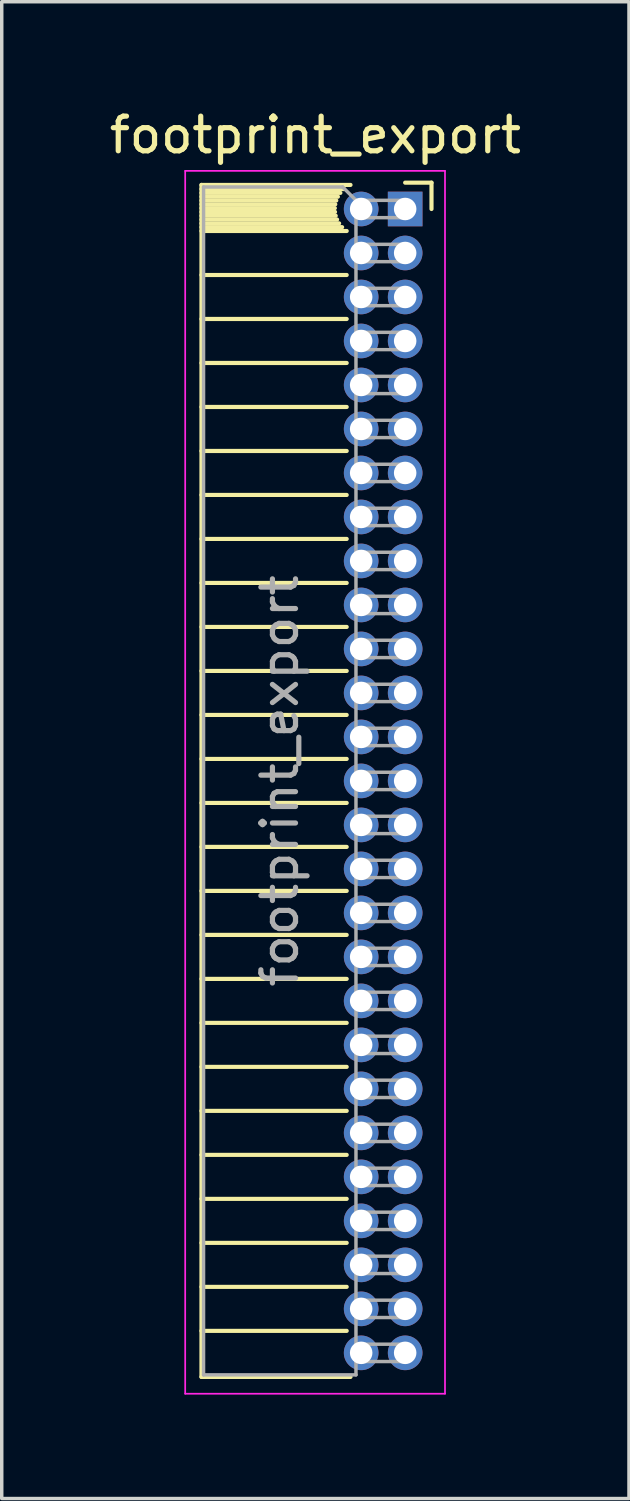
<source format=kicad_pcb>
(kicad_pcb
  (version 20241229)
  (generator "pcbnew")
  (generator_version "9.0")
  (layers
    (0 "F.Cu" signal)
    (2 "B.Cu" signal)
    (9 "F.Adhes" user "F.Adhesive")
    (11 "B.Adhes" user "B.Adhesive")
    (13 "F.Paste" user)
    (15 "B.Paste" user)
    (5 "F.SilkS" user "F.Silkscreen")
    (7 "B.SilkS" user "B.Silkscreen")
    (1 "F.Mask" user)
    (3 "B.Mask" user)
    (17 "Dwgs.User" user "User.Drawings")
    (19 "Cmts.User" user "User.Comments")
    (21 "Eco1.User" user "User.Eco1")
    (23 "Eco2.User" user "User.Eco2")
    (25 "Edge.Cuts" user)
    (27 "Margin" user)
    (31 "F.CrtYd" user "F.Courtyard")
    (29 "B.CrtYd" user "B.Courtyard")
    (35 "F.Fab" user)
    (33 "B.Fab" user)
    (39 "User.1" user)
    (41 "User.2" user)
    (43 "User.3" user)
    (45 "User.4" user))
  (footprint "footprint_export"
    (layer "F.Cu")
    (at 8.646 2.983)
    (property "Reference" "footprint_export" (at -2.592 -2.135 0) (layer "F.SilkS") (effects (font (size 1 1) (thickness 0.15))))
    (attr through_hole)
    (fp_line (start -5.88 -0.695) (end -5.88 33.715) (stroke (width 0.12) (type solid)) (layer "F.SilkS"))
    (fp_line (start -5.88 -0.695) (end -1.578 -0.695) (stroke (width 0.12) (type solid)) (layer "F.SilkS"))
    (fp_line (start -5.88 -0.575) (end -1.767 -0.575) (stroke (width 0.12) (type solid)) (layer "F.SilkS"))
    (fp_line (start -5.88 -0.465) (end -1.871 -0.465) (stroke (width 0.12) (type solid)) (layer "F.SilkS"))
    (fp_line (start -5.88 -0.355) (end -1.942 -0.355) (stroke (width 0.12) (type solid)) (layer "F.SilkS"))
    (fp_line (start -5.88 -0.245) (end -1.989 -0.245) (stroke (width 0.12) (type solid)) (layer "F.SilkS"))
    (fp_line (start -5.88 -0.135) (end -2.018 -0.135) (stroke (width 0.12) (type solid)) (layer "F.SilkS"))
    (fp_line (start -5.88 -0.025) (end -2.03 -0.025) (stroke (width 0.12) (type solid)) (layer "F.SilkS"))
    (fp_line (start -5.88 0.085) (end -2.025 0.085) (stroke (width 0.12) (type solid)) (layer "F.SilkS"))
    (fp_line (start -5.88 0.195) (end -2.005 0.195) (stroke (width 0.12) (type solid)) (layer "F.SilkS"))
    (fp_line (start -5.88 0.305) (end -1.966 0.305) (stroke (width 0.12) (type solid)) (layer "F.SilkS"))
    (fp_line (start -5.88 0.415) (end -1.907 0.415) (stroke (width 0.12) (type solid)) (layer "F.SilkS"))
    (fp_line (start -5.88 0.525) (end -1.82 0.525) (stroke (width 0.12) (type solid)) (layer "F.SilkS"))
    (fp_line (start -5.88 0.635) (end -1.688 0.635) (stroke (width 0.12) (type solid)) (layer "F.SilkS"))
    (fp_line (start -5.88 1.905) (end -1.688 1.905) (stroke (width 0.12) (type solid)) (layer "F.SilkS"))
    (fp_line (start -5.88 3.175) (end -1.688 3.175) (stroke (width 0.12) (type solid)) (layer "F.SilkS"))
    (fp_line (start -5.88 4.445) (end -1.688 4.445) (stroke (width 0.12) (type solid)) (layer "F.SilkS"))
    (fp_line (start -5.88 5.715) (end -1.688 5.715) (stroke (width 0.12) (type solid)) (layer "F.SilkS"))
    (fp_line (start -5.88 6.985) (end -1.688 6.985) (stroke (width 0.12) (type solid)) (layer "F.SilkS"))
    (fp_line (start -5.88 8.255) (end -1.688 8.255) (stroke (width 0.12) (type solid)) (layer "F.SilkS"))
    (fp_line (start -5.88 9.525) (end -1.688 9.525) (stroke (width 0.12) (type solid)) (layer "F.SilkS"))
    (fp_line (start -5.88 10.795) (end -1.688 10.795) (stroke (width 0.12) (type solid)) (layer "F.SilkS"))
    (fp_line (start -5.88 12.065) (end -1.688 12.065) (stroke (width 0.12) (type solid)) (layer "F.SilkS"))
    (fp_line (start -5.88 13.335) (end -1.688 13.335) (stroke (width 0.12) (type solid)) (layer "F.SilkS"))
    (fp_line (start -5.88 14.605) (end -1.688 14.605) (stroke (width 0.12) (type solid)) (layer "F.SilkS"))
    (fp_line (start -5.88 15.875) (end -1.688 15.875) (stroke (width 0.12) (type solid)) (layer "F.SilkS"))
    (fp_line (start -5.88 17.145) (end -1.688 17.145) (stroke (width 0.12) (type solid)) (layer "F.SilkS"))
    (fp_line (start -5.88 18.415) (end -1.688 18.415) (stroke (width 0.12) (type solid)) (layer "F.SilkS"))
    (fp_line (start -5.88 19.685) (end -1.688 19.685) (stroke (width 0.12) (type solid)) (layer "F.SilkS"))
    (fp_line (start -5.88 20.955) (end -1.688 20.955) (stroke (width 0.12) (type solid)) (layer "F.SilkS"))
    (fp_line (start -5.88 22.225) (end -1.688 22.225) (stroke (width 0.12) (type solid)) (layer "F.SilkS"))
    (fp_line (start -5.88 23.495) (end -1.688 23.495) (stroke (width 0.12) (type solid)) (layer "F.SilkS"))
    (fp_line (start -5.88 24.765) (end -1.688 24.765) (stroke (width 0.12) (type solid)) (layer "F.SilkS"))
    (fp_line (start -5.88 26.035) (end -1.688 26.035) (stroke (width 0.12) (type solid)) (layer "F.SilkS"))
    (fp_line (start -5.88 27.305) (end -1.688 27.305) (stroke (width 0.12) (type solid)) (layer "F.SilkS"))
    (fp_line (start -5.88 28.575) (end -1.688 28.575) (stroke (width 0.12) (type solid)) (layer "F.SilkS"))
    (fp_line (start -5.88 29.845) (end -1.688 29.845) (stroke (width 0.12) (type solid)) (layer "F.SilkS"))
    (fp_line (start -5.88 31.115) (end -1.688 31.115) (stroke (width 0.12) (type solid)) (layer "F.SilkS"))
    (fp_line (start -5.88 32.385) (end -1.688 32.385) (stroke (width 0.12) (type solid)) (layer "F.SilkS"))
    (fp_line (start -5.88 33.715) (end -1.578 33.715) (stroke (width 0.12) (type solid)) (layer "F.SilkS"))
    (fp_line (start 0 -0.76) (end 0.76 -0.76) (stroke (width 0.12) (type solid)) (layer "F.SilkS"))
    (fp_line (start 0.76 -0.76) (end 0.76 0) (stroke (width 0.12) (type solid)) (layer "F.SilkS"))
    (fp_line (start -6.35 -1.1) (end -6.35 34.2) (stroke (width 0.05) (type solid)) (layer "F.CrtYd"))
    (fp_line (start -6.35 34.2) (end 1.15 34.2) (stroke (width 0.05) (type solid)) (layer "F.CrtYd"))
    (fp_line (start 1.15 -1.1) (end -6.35 -1.1) (stroke (width 0.05) (type solid)) (layer "F.CrtYd"))
    (fp_line (start 1.15 34.2) (end 1.15 -1.1) (stroke (width 0.05) (type solid)) (layer "F.CrtYd"))
    (fp_line (start -5.82 -0.635) (end -1.805 -0.635) (stroke (width 0.1) (type solid)) (layer "F.Fab"))
    (fp_line (start -5.82 33.655) (end -5.82 -0.635) (stroke (width 0.1) (type solid)) (layer "F.Fab"))
    (fp_line (start -1.805 -0.635) (end -1.42 -0.25) (stroke (width 0.1) (type solid)) (layer "F.Fab"))
    (fp_line (start -1.42 -0.25) (end -1.42 33.655) (stroke (width 0.1) (type solid)) (layer "F.Fab"))
    (fp_line (start -1.42 0.25) (end 0 0.25) (stroke (width 0.1) (type solid)) (layer "F.Fab"))
    (fp_line (start -1.42 1.52) (end 0 1.52) (stroke (width 0.1) (type solid)) (layer "F.Fab"))
    (fp_line (start -1.42 2.79) (end 0 2.79) (stroke (width 0.1) (type solid)) (layer "F.Fab"))
    (fp_line (start -1.42 4.06) (end 0 4.06) (stroke (width 0.1) (type solid)) (layer "F.Fab"))
    (fp_line (start -1.42 5.33) (end 0 5.33) (stroke (width 0.1) (type solid)) (layer "F.Fab"))
    (fp_line (start -1.42 6.6) (end 0 6.6) (stroke (width 0.1) (type solid)) (layer "F.Fab"))
    (fp_line (start -1.42 7.87) (end 0 7.87) (stroke (width 0.1) (type solid)) (layer "F.Fab"))
    (fp_line (start -1.42 9.14) (end 0 9.14) (stroke (width 0.1) (type solid)) (layer "F.Fab"))
    (fp_line (start -1.42 10.41) (end 0 10.41) (stroke (width 0.1) (type solid)) (layer "F.Fab"))
    (fp_line (start -1.42 11.68) (end 0 11.68) (stroke (width 0.1) (type solid)) (layer "F.Fab"))
    (fp_line (start -1.42 12.95) (end 0 12.95) (stroke (width 0.1) (type solid)) (layer "F.Fab"))
    (fp_line (start -1.42 14.22) (end 0 14.22) (stroke (width 0.1) (type solid)) (layer "F.Fab"))
    (fp_line (start -1.42 15.49) (end 0 15.49) (stroke (width 0.1) (type solid)) (layer "F.Fab"))
    (fp_line (start -1.42 16.76) (end 0 16.76) (stroke (width 0.1) (type solid)) (layer "F.Fab"))
    (fp_line (start -1.42 18.03) (end 0 18.03) (stroke (width 0.1) (type solid)) (layer "F.Fab"))
    (fp_line (start -1.42 19.3) (end 0 19.3) (stroke (width 0.1) (type solid)) (layer "F.Fab"))
    (fp_line (start -1.42 20.57) (end 0 20.57) (stroke (width 0.1) (type solid)) (layer "F.Fab"))
    (fp_line (start -1.42 21.84) (end 0 21.84) (stroke (width 0.1) (type solid)) (layer "F.Fab"))
    (fp_line (start -1.42 23.11) (end 0 23.11) (stroke (width 0.1) (type solid)) (layer "F.Fab"))
    (fp_line (start -1.42 24.38) (end 0 24.38) (stroke (width 0.1) (type solid)) (layer "F.Fab"))
    (fp_line (start -1.42 25.65) (end 0 25.65) (stroke (width 0.1) (type solid)) (layer "F.Fab"))
    (fp_line (start -1.42 26.92) (end 0 26.92) (stroke (width 0.1) (type solid)) (layer "F.Fab"))
    (fp_line (start -1.42 28.19) (end 0 28.19) (stroke (width 0.1) (type solid)) (layer "F.Fab"))
    (fp_line (start -1.42 29.46) (end 0 29.46) (stroke (width 0.1) (type solid)) (layer "F.Fab"))
    (fp_line (start -1.42 30.73) (end 0 30.73) (stroke (width 0.1) (type solid)) (layer "F.Fab"))
    (fp_line (start -1.42 32) (end 0 32) (stroke (width 0.1) (type solid)) (layer "F.Fab"))
    (fp_line (start -1.42 33.27) (end 0 33.27) (stroke (width 0.1) (type solid)) (layer "F.Fab"))
    (fp_line (start -1.42 33.655) (end -5.82 33.655) (stroke (width 0.1) (type solid)) (layer "F.Fab"))
    (fp_line (start 0 -0.25) (end -1.42 -0.25) (stroke (width 0.1) (type solid)) (layer "F.Fab"))
    (fp_line (start 0 0.25) (end 0 -0.25) (stroke (width 0.1) (type solid)) (layer "F.Fab"))
    (fp_line (start 0 1.02) (end -1.42 1.02) (stroke (width 0.1) (type solid)) (layer "F.Fab"))
    (fp_line (start 0 1.52) (end 0 1.02) (stroke (width 0.1) (type solid)) (layer "F.Fab"))
    (fp_line (start 0 2.29) (end -1.42 2.29) (stroke (width 0.1) (type solid)) (layer "F.Fab"))
    (fp_line (start 0 2.79) (end 0 2.29) (stroke (width 0.1) (type solid)) (layer "F.Fab"))
    (fp_line (start 0 3.56) (end -1.42 3.56) (stroke (width 0.1) (type solid)) (layer "F.Fab"))
    (fp_line (start 0 4.06) (end 0 3.56) (stroke (width 0.1) (type solid)) (layer "F.Fab"))
    (fp_line (start 0 4.83) (end -1.42 4.83) (stroke (width 0.1) (type solid)) (layer "F.Fab"))
    (fp_line (start 0 5.33) (end 0 4.83) (stroke (width 0.1) (type solid)) (layer "F.Fab"))
    (fp_line (start 0 6.1) (end -1.42 6.1) (stroke (width 0.1) (type solid)) (layer "F.Fab"))
    (fp_line (start 0 6.6) (end 0 6.1) (stroke (width 0.1) (type solid)) (layer "F.Fab"))
    (fp_line (start 0 7.37) (end -1.42 7.37) (stroke (width 0.1) (type solid)) (layer "F.Fab"))
    (fp_line (start 0 7.87) (end 0 7.37) (stroke (width 0.1) (type solid)) (layer "F.Fab"))
    (fp_line (start 0 8.64) (end -1.42 8.64) (stroke (width 0.1) (type solid)) (layer "F.Fab"))
    (fp_line (start 0 9.14) (end 0 8.64) (stroke (width 0.1) (type solid)) (layer "F.Fab"))
    (fp_line (start 0 9.91) (end -1.42 9.91) (stroke (width 0.1) (type solid)) (layer "F.Fab"))
    (fp_line (start 0 10.41) (end 0 9.91) (stroke (width 0.1) (type solid)) (layer "F.Fab"))
    (fp_line (start 0 11.18) (end -1.42 11.18) (stroke (width 0.1) (type solid)) (layer "F.Fab"))
    (fp_line (start 0 11.68) (end 0 11.18) (stroke (width 0.1) (type solid)) (layer "F.Fab"))
    (fp_line (start 0 12.45) (end -1.42 12.45) (stroke (width 0.1) (type solid)) (layer "F.Fab"))
    (fp_line (start 0 12.95) (end 0 12.45) (stroke (width 0.1) (type solid)) (layer "F.Fab"))
    (fp_line (start 0 13.72) (end -1.42 13.72) (stroke (width 0.1) (type solid)) (layer "F.Fab"))
    (fp_line (start 0 14.22) (end 0 13.72) (stroke (width 0.1) (type solid)) (layer "F.Fab"))
    (fp_line (start 0 14.99) (end -1.42 14.99) (stroke (width 0.1) (type solid)) (layer "F.Fab"))
    (fp_line (start 0 15.49) (end 0 14.99) (stroke (width 0.1) (type solid)) (layer "F.Fab"))
    (fp_line (start 0 16.26) (end -1.42 16.26) (stroke (width 0.1) (type solid)) (layer "F.Fab"))
    (fp_line (start 0 16.76) (end 0 16.26) (stroke (width 0.1) (type solid)) (layer "F.Fab"))
    (fp_line (start 0 17.53) (end -1.42 17.53) (stroke (width 0.1) (type solid)) (layer "F.Fab"))
    (fp_line (start 0 18.03) (end 0 17.53) (stroke (width 0.1) (type solid)) (layer "F.Fab"))
    (fp_line (start 0 18.8) (end -1.42 18.8) (stroke (width 0.1) (type solid)) (layer "F.Fab"))
    (fp_line (start 0 19.3) (end 0 18.8) (stroke (width 0.1) (type solid)) (layer "F.Fab"))
    (fp_line (start 0 20.07) (end -1.42 20.07) (stroke (width 0.1) (type solid)) (layer "F.Fab"))
    (fp_line (start 0 20.57) (end 0 20.07) (stroke (width 0.1) (type solid)) (layer "F.Fab"))
    (fp_line (start 0 21.34) (end -1.42 21.34) (stroke (width 0.1) (type solid)) (layer "F.Fab"))
    (fp_line (start 0 21.84) (end 0 21.34) (stroke (width 0.1) (type solid)) (layer "F.Fab"))
    (fp_line (start 0 22.61) (end -1.42 22.61) (stroke (width 0.1) (type solid)) (layer "F.Fab"))
    (fp_line (start 0 23.11) (end 0 22.61) (stroke (width 0.1) (type solid)) (layer "F.Fab"))
    (fp_line (start 0 23.88) (end -1.42 23.88) (stroke (width 0.1) (type solid)) (layer "F.Fab"))
    (fp_line (start 0 24.38) (end 0 23.88) (stroke (width 0.1) (type solid)) (layer "F.Fab"))
    (fp_line (start 0 25.15) (end -1.42 25.15) (stroke (width 0.1) (type solid)) (layer "F.Fab"))
    (fp_line (start 0 25.65) (end 0 25.15) (stroke (width 0.1) (type solid)) (layer "F.Fab"))
    (fp_line (start 0 26.42) (end -1.42 26.42) (stroke (width 0.1) (type solid)) (layer "F.Fab"))
    (fp_line (start 0 26.92) (end 0 26.42) (stroke (width 0.1) (type solid)) (layer "F.Fab"))
    (fp_line (start 0 27.69) (end -1.42 27.69) (stroke (width 0.1) (type solid)) (layer "F.Fab"))
    (fp_line (start 0 28.19) (end 0 27.69) (stroke (width 0.1) (type solid)) (layer "F.Fab"))
    (fp_line (start 0 28.96) (end -1.42 28.96) (stroke (width 0.1) (type solid)) (layer "F.Fab"))
    (fp_line (start 0 29.46) (end 0 28.96) (stroke (width 0.1) (type solid)) (layer "F.Fab"))
    (fp_line (start 0 30.23) (end -1.42 30.23) (stroke (width 0.1) (type solid)) (layer "F.Fab"))
    (fp_line (start 0 30.73) (end 0 30.23) (stroke (width 0.1) (type solid)) (layer "F.Fab"))
    (fp_line (start 0 31.5) (end -1.42 31.5) (stroke (width 0.1) (type solid)) (layer "F.Fab"))
    (fp_line (start 0 32) (end 0 31.5) (stroke (width 0.1) (type solid)) (layer "F.Fab"))
    (fp_line (start 0 32.77) (end -1.42 32.77) (stroke (width 0.1) (type solid)) (layer "F.Fab"))
    (fp_line (start 0 33.27) (end 0 32.77) (stroke (width 0.1) (type solid)) (layer "F.Fab"))
    (fp_text user "${REFERENCE}" (at -3.62 16.51 90) (layer "F.Fab") (effects (font (size 1 1) (thickness 0.15))))
    (pad "1" thru_hole rect (at 0 0) (size 1 1) (drill 0.65) (layers "*.Cu" "*.Mask"))
    (pad "2" thru_hole oval (at -1.27 0) (size 1 1) (drill 0.65) (layers "*.Cu" "*.Mask"))
    (pad "3" thru_hole oval (at 0 1.27) (size 1 1) (drill 0.65) (layers "*.Cu" "*.Mask"))
    (pad "4" thru_hole oval (at -1.27 1.27) (size 1 1) (drill 0.65) (layers "*.Cu" "*.Mask"))
    (pad "5" thru_hole oval (at 0 2.54) (size 1 1) (drill 0.65) (layers "*.Cu" "*.Mask"))
    (pad "6" thru_hole oval (at -1.27 2.54) (size 1 1) (drill 0.65) (layers "*.Cu" "*.Mask"))
    (pad "7" thru_hole oval (at 0 3.81) (size 1 1) (drill 0.65) (layers "*.Cu" "*.Mask"))
    (pad "8" thru_hole oval (at -1.27 3.81) (size 1 1) (drill 0.65) (layers "*.Cu" "*.Mask"))
    (pad "9" thru_hole oval (at 0 5.08) (size 1 1) (drill 0.65) (layers "*.Cu" "*.Mask"))
    (pad "10" thru_hole oval (at -1.27 5.08) (size 1 1) (drill 0.65) (layers "*.Cu" "*.Mask"))
    (pad "11" thru_hole oval (at 0 6.35) (size 1 1) (drill 0.65) (layers "*.Cu" "*.Mask"))
    (pad "12" thru_hole oval (at -1.27 6.35) (size 1 1) (drill 0.65) (layers "*.Cu" "*.Mask"))
    (pad "13" thru_hole oval (at 0 7.62) (size 1 1) (drill 0.65) (layers "*.Cu" "*.Mask"))
    (pad "14" thru_hole oval (at -1.27 7.62) (size 1 1) (drill 0.65) (layers "*.Cu" "*.Mask"))
    (pad "15" thru_hole oval (at 0 8.89) (size 1 1) (drill 0.65) (layers "*.Cu" "*.Mask"))
    (pad "16" thru_hole oval (at -1.27 8.89) (size 1 1) (drill 0.65) (layers "*.Cu" "*.Mask"))
    (pad "17" thru_hole oval (at 0 10.16) (size 1 1) (drill 0.65) (layers "*.Cu" "*.Mask"))
    (pad "18" thru_hole oval (at -1.27 10.16) (size 1 1) (drill 0.65) (layers "*.Cu" "*.Mask"))
    (pad "19" thru_hole oval (at 0 11.43) (size 1 1) (drill 0.65) (layers "*.Cu" "*.Mask"))
    (pad "20" thru_hole oval (at -1.27 11.43) (size 1 1) (drill 0.65) (layers "*.Cu" "*.Mask"))
    (pad "21" thru_hole oval (at 0 12.7) (size 1 1) (drill 0.65) (layers "*.Cu" "*.Mask"))
    (pad "22" thru_hole oval (at -1.27 12.7) (size 1 1) (drill 0.65) (layers "*.Cu" "*.Mask"))
    (pad "23" thru_hole oval (at 0 13.97) (size 1 1) (drill 0.65) (layers "*.Cu" "*.Mask"))
    (pad "24" thru_hole oval (at -1.27 13.97) (size 1 1) (drill 0.65) (layers "*.Cu" "*.Mask"))
    (pad "25" thru_hole oval (at 0 15.24) (size 1 1) (drill 0.65) (layers "*.Cu" "*.Mask"))
    (pad "26" thru_hole oval (at -1.27 15.24) (size 1 1) (drill 0.65) (layers "*.Cu" "*.Mask"))
    (pad "27" thru_hole oval (at 0 16.51) (size 1 1) (drill 0.65) (layers "*.Cu" "*.Mask"))
    (pad "28" thru_hole oval (at -1.27 16.51) (size 1 1) (drill 0.65) (layers "*.Cu" "*.Mask"))
    (pad "29" thru_hole oval (at 0 17.78) (size 1 1) (drill 0.65) (layers "*.Cu" "*.Mask"))
    (pad "30" thru_hole oval (at -1.27 17.78) (size 1 1) (drill 0.65) (layers "*.Cu" "*.Mask"))
    (pad "31" thru_hole oval (at 0 19.05) (size 1 1) (drill 0.65) (layers "*.Cu" "*.Mask"))
    (pad "32" thru_hole oval (at -1.27 19.05) (size 1 1) (drill 0.65) (layers "*.Cu" "*.Mask"))
    (pad "33" thru_hole oval (at 0 20.32) (size 1 1) (drill 0.65) (layers "*.Cu" "*.Mask"))
    (pad "34" thru_hole oval (at -1.27 20.32) (size 1 1) (drill 0.65) (layers "*.Cu" "*.Mask"))
    (pad "35" thru_hole oval (at 0 21.59) (size 1 1) (drill 0.65) (layers "*.Cu" "*.Mask"))
    (pad "36" thru_hole oval (at -1.27 21.59) (size 1 1) (drill 0.65) (layers "*.Cu" "*.Mask"))
    (pad "37" thru_hole oval (at 0 22.86) (size 1 1) (drill 0.65) (layers "*.Cu" "*.Mask"))
    (pad "38" thru_hole oval (at -1.27 22.86) (size 1 1) (drill 0.65) (layers "*.Cu" "*.Mask"))
    (pad "39" thru_hole oval (at 0 24.13) (size 1 1) (drill 0.65) (layers "*.Cu" "*.Mask"))
    (pad "40" thru_hole oval (at -1.27 24.13) (size 1 1) (drill 0.65) (layers "*.Cu" "*.Mask"))
    (pad "41" thru_hole oval (at 0 25.4) (size 1 1) (drill 0.65) (layers "*.Cu" "*.Mask"))
    (pad "42" thru_hole oval (at -1.27 25.4) (size 1 1) (drill 0.65) (layers "*.Cu" "*.Mask"))
    (pad "43" thru_hole oval (at 0 26.67) (size 1 1) (drill 0.65) (layers "*.Cu" "*.Mask"))
    (pad "44" thru_hole oval (at -1.27 26.67) (size 1 1) (drill 0.65) (layers "*.Cu" "*.Mask"))
    (pad "45" thru_hole oval (at 0 27.94) (size 1 1) (drill 0.65) (layers "*.Cu" "*.Mask"))
    (pad "46" thru_hole oval (at -1.27 27.94) (size 1 1) (drill 0.65) (layers "*.Cu" "*.Mask"))
    (pad "47" thru_hole oval (at 0 29.21) (size 1 1) (drill 0.65) (layers "*.Cu" "*.Mask"))
    (pad "48" thru_hole oval (at -1.27 29.21) (size 1 1) (drill 0.65) (layers "*.Cu" "*.Mask"))
    (pad "49" thru_hole oval (at 0 30.48) (size 1 1) (drill 0.65) (layers "*.Cu" "*.Mask"))
    (pad "50" thru_hole oval (at -1.27 30.48) (size 1 1) (drill 0.65) (layers "*.Cu" "*.Mask"))
    (pad "51" thru_hole oval (at 0 31.75) (size 1 1) (drill 0.65) (layers "*.Cu" "*.Mask"))
    (pad "52" thru_hole oval (at -1.27 31.75) (size 1 1) (drill 0.65) (layers "*.Cu" "*.Mask"))
    (pad "53" thru_hole oval (at 0 33.02) (size 1 1) (drill 0.65) (layers "*.Cu" "*.Mask"))
    (pad "54" thru_hole oval (at -1.27 33.02) (size 1 1) (drill 0.65) (layers "*.Cu" "*.Mask")))
  (gr_rect
    (start -3 -3)
    (end 15.107 40.208)
    (stroke (width 0.1) (type default))
    (fill no)
    (layer "Edge.Cuts")))
</source>
